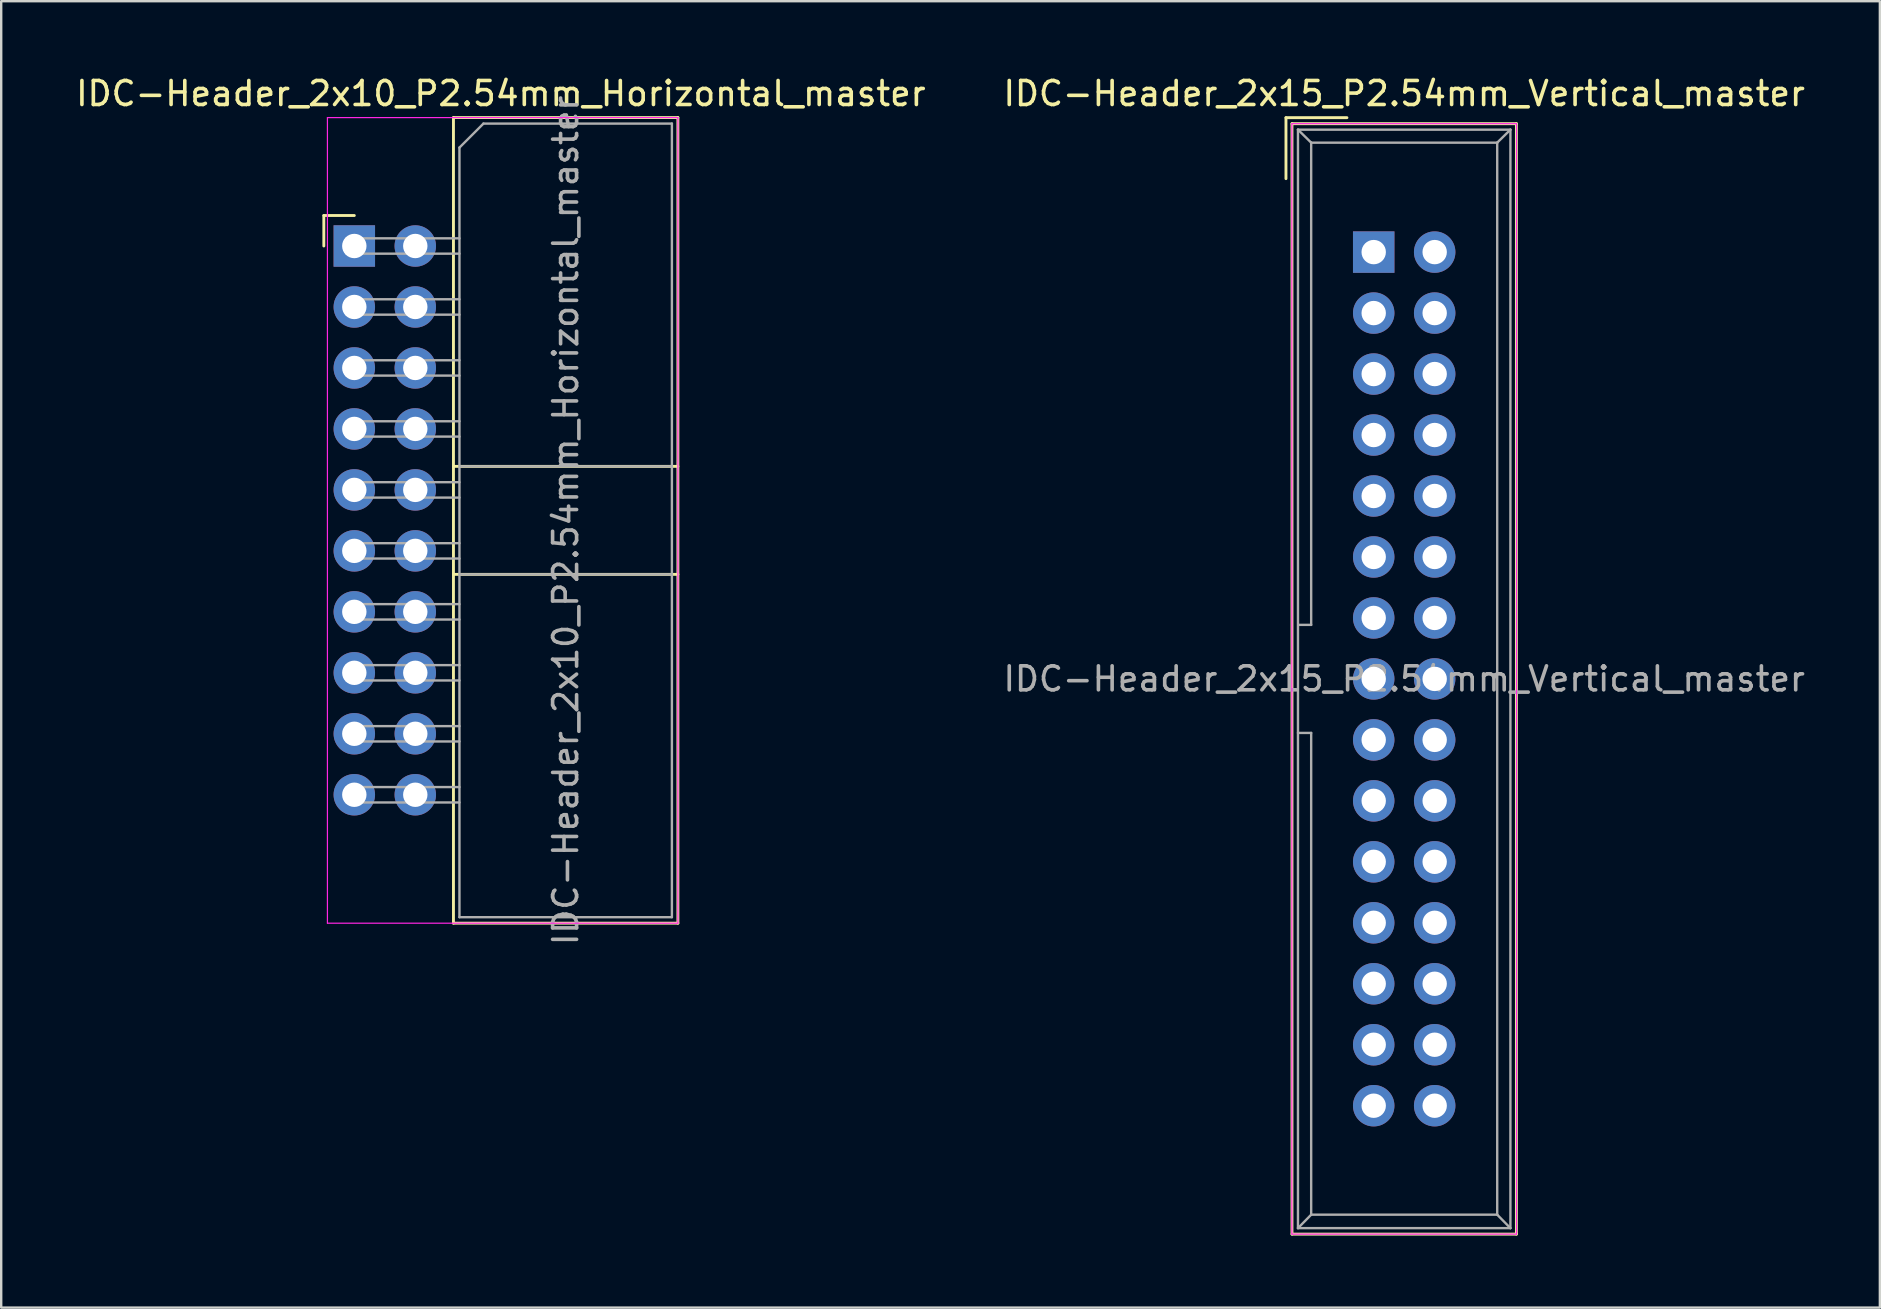
<source format=kicad_pcb>
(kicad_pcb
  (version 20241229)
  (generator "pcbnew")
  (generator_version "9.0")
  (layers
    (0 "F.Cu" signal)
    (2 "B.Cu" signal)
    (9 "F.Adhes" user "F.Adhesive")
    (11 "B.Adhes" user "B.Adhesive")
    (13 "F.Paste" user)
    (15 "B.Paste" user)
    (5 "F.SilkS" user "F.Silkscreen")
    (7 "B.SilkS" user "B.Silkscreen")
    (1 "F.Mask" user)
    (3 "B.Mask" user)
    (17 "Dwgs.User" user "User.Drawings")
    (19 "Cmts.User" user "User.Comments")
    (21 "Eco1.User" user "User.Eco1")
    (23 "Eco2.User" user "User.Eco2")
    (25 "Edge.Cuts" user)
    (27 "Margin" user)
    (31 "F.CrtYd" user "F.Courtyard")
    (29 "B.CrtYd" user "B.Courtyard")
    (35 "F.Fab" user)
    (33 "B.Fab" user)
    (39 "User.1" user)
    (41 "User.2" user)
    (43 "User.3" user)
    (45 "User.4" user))
  (footprint "IDC-Header_2x10_P2.54mm_Horizontal_master"
    (layer "F.Cu")
    (at 11.71 7.198)
    (property "Reference" "IDC-Header_2x10_P2.54mm_Horizontal_master" (at 6.105 -6.35 0) (layer "F.SilkS") (effects (font (size 1 1) (thickness 0.15))))
    (attr through_hole)
    (fp_line (start -1.27 -1.27) (end -1.27 0) (stroke (width 0.12) (type solid)) (layer "F.SilkS"))
    (fp_line (start 0 -1.27) (end -1.27 -1.27) (stroke (width 0.12) (type solid)) (layer "F.SilkS"))
    (fp_line (start 4.13 -5.35) (end 13.48 -5.35) (stroke (width 0.12) (type solid)) (layer "F.SilkS"))
    (fp_line (start 4.13 9.18) (end 13.48 9.18) (stroke (width 0.12) (type solid)) (layer "F.SilkS"))
    (fp_line (start 4.13 13.68) (end 13.48 13.68) (stroke (width 0.12) (type solid)) (layer "F.SilkS"))
    (fp_line (start 4.13 28.21) (end 4.13 -5.35) (stroke (width 0.12) (type solid)) (layer "F.SilkS"))
    (fp_line (start 4.13 28.21) (end 13.48 28.21) (stroke (width 0.12) (type solid)) (layer "F.SilkS"))
    (fp_line (start 13.48 -5.35) (end 13.48 28.21) (stroke (width 0.12) (type solid)) (layer "F.SilkS"))
    (fp_line (start -1.12 -5.35) (end 13.48 -5.35) (stroke (width 0.05) (type solid)) (layer "F.CrtYd"))
    (fp_line (start -1.12 28.21) (end -1.12 -5.35) (stroke (width 0.05) (type solid)) (layer "F.CrtYd"))
    (fp_line (start 13.48 -5.35) (end 13.48 28.21) (stroke (width 0.05) (type solid)) (layer "F.CrtYd"))
    (fp_line (start 13.48 28.21) (end -1.12 28.21) (stroke (width 0.05) (type solid)) (layer "F.CrtYd"))
    (fp_line (start -0.32 -0.32) (end -0.32 0.32) (stroke (width 0.1) (type solid)) (layer "F.Fab"))
    (fp_line (start -0.32 0.32) (end 4.38 0.32) (stroke (width 0.1) (type solid)) (layer "F.Fab"))
    (fp_line (start -0.32 2.22) (end -0.32 2.86) (stroke (width 0.1) (type solid)) (layer "F.Fab"))
    (fp_line (start -0.32 2.86) (end 4.38 2.86) (stroke (width 0.1) (type solid)) (layer "F.Fab"))
    (fp_line (start -0.32 4.76) (end -0.32 5.4) (stroke (width 0.1) (type solid)) (layer "F.Fab"))
    (fp_line (start -0.32 5.4) (end 4.38 5.4) (stroke (width 0.1) (type solid)) (layer "F.Fab"))
    (fp_line (start -0.32 7.3) (end -0.32 7.94) (stroke (width 0.1) (type solid)) (layer "F.Fab"))
    (fp_line (start -0.32 7.94) (end 4.38 7.94) (stroke (width 0.1) (type solid)) (layer "F.Fab"))
    (fp_line (start -0.32 9.84) (end -0.32 10.48) (stroke (width 0.1) (type solid)) (layer "F.Fab"))
    (fp_line (start -0.32 10.48) (end 4.38 10.48) (stroke (width 0.1) (type solid)) (layer "F.Fab"))
    (fp_line (start -0.32 12.38) (end -0.32 13.02) (stroke (width 0.1) (type solid)) (layer "F.Fab"))
    (fp_line (start -0.32 13.02) (end 4.38 13.02) (stroke (width 0.1) (type solid)) (layer "F.Fab"))
    (fp_line (start -0.32 14.92) (end -0.32 15.56) (stroke (width 0.1) (type solid)) (layer "F.Fab"))
    (fp_line (start -0.32 15.56) (end 4.38 15.56) (stroke (width 0.1) (type solid)) (layer "F.Fab"))
    (fp_line (start -0.32 17.46) (end -0.32 18.1) (stroke (width 0.1) (type solid)) (layer "F.Fab"))
    (fp_line (start -0.32 18.1) (end 4.38 18.1) (stroke (width 0.1) (type solid)) (layer "F.Fab"))
    (fp_line (start -0.32 20) (end -0.32 20.64) (stroke (width 0.1) (type solid)) (layer "F.Fab"))
    (fp_line (start -0.32 20.64) (end 4.38 20.64) (stroke (width 0.1) (type solid)) (layer "F.Fab"))
    (fp_line (start -0.32 22.54) (end -0.32 23.18) (stroke (width 0.1) (type solid)) (layer "F.Fab"))
    (fp_line (start -0.32 23.18) (end 4.38 23.18) (stroke (width 0.1) (type solid)) (layer "F.Fab"))
    (fp_line (start 4.38 -4.1) (end 5.38 -5.1) (stroke (width 0.1) (type solid)) (layer "F.Fab"))
    (fp_line (start 4.38 -0.32) (end -0.32 -0.32) (stroke (width 0.1) (type solid)) (layer "F.Fab"))
    (fp_line (start 4.38 2.22) (end -0.32 2.22) (stroke (width 0.1) (type solid)) (layer "F.Fab"))
    (fp_line (start 4.38 4.76) (end -0.32 4.76) (stroke (width 0.1) (type solid)) (layer "F.Fab"))
    (fp_line (start 4.38 7.3) (end -0.32 7.3) (stroke (width 0.1) (type solid)) (layer "F.Fab"))
    (fp_line (start 4.38 9.18) (end 13.23 9.18) (stroke (width 0.1) (type solid)) (layer "F.Fab"))
    (fp_line (start 4.38 9.84) (end -0.32 9.84) (stroke (width 0.1) (type solid)) (layer "F.Fab"))
    (fp_line (start 4.38 12.38) (end -0.32 12.38) (stroke (width 0.1) (type solid)) (layer "F.Fab"))
    (fp_line (start 4.38 13.68) (end 13.23 13.68) (stroke (width 0.1) (type solid)) (layer "F.Fab"))
    (fp_line (start 4.38 14.92) (end -0.32 14.92) (stroke (width 0.1) (type solid)) (layer "F.Fab"))
    (fp_line (start 4.38 17.46) (end -0.32 17.46) (stroke (width 0.1) (type solid)) (layer "F.Fab"))
    (fp_line (start 4.38 20) (end -0.32 20) (stroke (width 0.1) (type solid)) (layer "F.Fab"))
    (fp_line (start 4.38 22.54) (end -0.32 22.54) (stroke (width 0.1) (type solid)) (layer "F.Fab"))
    (fp_line (start 4.38 27.96) (end 4.38 -4.1) (stroke (width 0.1) (type solid)) (layer "F.Fab"))
    (fp_line (start 4.38 27.96) (end 13.23 27.96) (stroke (width 0.1) (type solid)) (layer "F.Fab"))
    (fp_line (start 5.38 -5.1) (end 13.23 -5.1) (stroke (width 0.1) (type solid)) (layer "F.Fab"))
    (fp_line (start 13.23 27.96) (end 13.23 -5.1) (stroke (width 0.1) (type solid)) (layer "F.Fab"))
    (fp_text user "${REFERENCE}" (at 8.805 11.43 90) (layer "F.Fab") (effects (font (size 1 1) (thickness 0.15))))
    (pad "1" thru_hole rect (at 0 0) (size 1.727 1.727) (drill 1.016) (layers "*.Cu" "*.Mask"))
    (pad "2" thru_hole oval (at 2.54 0) (size 1.727 1.727) (drill 1.016) (layers "*.Cu" "*.Mask"))
    (pad "3" thru_hole oval (at 0 2.54) (size 1.727 1.727) (drill 1.016) (layers "*.Cu" "*.Mask"))
    (pad "4" thru_hole oval (at 2.54 2.54) (size 1.727 1.727) (drill 1.016) (layers "*.Cu" "*.Mask"))
    (pad "5" thru_hole oval (at 0 5.08) (size 1.727 1.727) (drill 1.016) (layers "*.Cu" "*.Mask"))
    (pad "6" thru_hole oval (at 2.54 5.08) (size 1.727 1.727) (drill 1.016) (layers "*.Cu" "*.Mask"))
    (pad "7" thru_hole oval (at 0 7.62) (size 1.727 1.727) (drill 1.016) (layers "*.Cu" "*.Mask"))
    (pad "8" thru_hole oval (at 2.54 7.62) (size 1.727 1.727) (drill 1.016) (layers "*.Cu" "*.Mask"))
    (pad "9" thru_hole oval (at 0 10.16) (size 1.727 1.727) (drill 1.016) (layers "*.Cu" "*.Mask"))
    (pad "10" thru_hole oval (at 2.54 10.16) (size 1.727 1.727) (drill 1.016) (layers "*.Cu" "*.Mask"))
    (pad "11" thru_hole oval (at 0 12.7) (size 1.727 1.727) (drill 1.016) (layers "*.Cu" "*.Mask"))
    (pad "12" thru_hole oval (at 2.54 12.7) (size 1.727 1.727) (drill 1.016) (layers "*.Cu" "*.Mask"))
    (pad "13" thru_hole oval (at 0 15.24) (size 1.727 1.727) (drill 1.016) (layers "*.Cu" "*.Mask"))
    (pad "14" thru_hole oval (at 2.54 15.24) (size 1.727 1.727) (drill 1.016) (layers "*.Cu" "*.Mask"))
    (pad "15" thru_hole oval (at 0 17.78) (size 1.727 1.727) (drill 1.016) (layers "*.Cu" "*.Mask"))
    (pad "16" thru_hole oval (at 2.54 17.78) (size 1.727 1.727) (drill 1.016) (layers "*.Cu" "*.Mask"))
    (pad "17" thru_hole oval (at 0 20.32) (size 1.727 1.727) (drill 1.016) (layers "*.Cu" "*.Mask"))
    (pad "18" thru_hole oval (at 2.54 20.32) (size 1.727 1.727) (drill 1.016) (layers "*.Cu" "*.Mask"))
    (pad "19" thru_hole oval (at 0 22.86) (size 1.727 1.727) (drill 1.016) (layers "*.Cu" "*.Mask"))
    (pad "20" thru_hole oval (at 2.54 22.86) (size 1.727 1.727) (drill 1.016) (layers "*.Cu" "*.Mask")))
  (footprint "IDC-Header_2x15_P2.54mm_Vertical_master"
    (layer "F.Cu")
    (at 54.176 7.452)
    (property "Reference" "IDC-Header_2x15_P2.54mm_Vertical_master" (at 1.27 -6.604 0) (layer "F.SilkS") (effects (font (size 1 1) (thickness 0.15))))
    (attr through_hole)
    (fp_line (start -3.655 -5.6) (end -3.655 -3.06) (stroke (width 0.12) (type solid)) (layer "F.SilkS"))
    (fp_line (start -3.655 -5.6) (end -1.115 -5.6) (stroke (width 0.12) (type solid)) (layer "F.SilkS"))
    (fp_line (start -3.405 -5.35) (end 5.945 -5.35) (stroke (width 0.12) (type solid)) (layer "F.SilkS"))
    (fp_line (start -3.405 40.91) (end -3.405 -5.35) (stroke (width 0.12) (type solid)) (layer "F.SilkS"))
    (fp_line (start 5.945 -5.35) (end 5.945 40.91) (stroke (width 0.12) (type solid)) (layer "F.SilkS"))
    (fp_line (start 5.945 40.91) (end -3.405 40.91) (stroke (width 0.12) (type solid)) (layer "F.SilkS"))
    (fp_line (start -3.41 -5.35) (end 5.95 -5.35) (stroke (width 0.05) (type solid)) (layer "F.CrtYd"))
    (fp_line (start -3.41 40.91) (end -3.41 -5.35) (stroke (width 0.05) (type solid)) (layer "F.CrtYd"))
    (fp_line (start 5.95 -5.35) (end 5.95 40.91) (stroke (width 0.05) (type solid)) (layer "F.CrtYd"))
    (fp_line (start 5.95 40.91) (end -3.41 40.91) (stroke (width 0.05) (type solid)) (layer "F.CrtYd"))
    (fp_line (start -3.155 -5.1) (end -3.155 40.66) (stroke (width 0.1) (type solid)) (layer "F.Fab"))
    (fp_line (start -3.155 -5.1) (end -2.605 -4.56) (stroke (width 0.1) (type solid)) (layer "F.Fab"))
    (fp_line (start -3.155 40.66) (end -2.605 40.1) (stroke (width 0.1) (type solid)) (layer "F.Fab"))
    (fp_line (start -2.605 -4.56) (end -2.605 15.53) (stroke (width 0.1) (type solid)) (layer "F.Fab"))
    (fp_line (start -2.605 15.53) (end -3.145 15.53) (stroke (width 0.1) (type solid)) (layer "F.Fab"))
    (fp_line (start -2.605 20.03) (end -3.155 20.03) (stroke (width 0.1) (type solid)) (layer "F.Fab"))
    (fp_line (start -2.605 20.03) (end -2.605 40.1) (stroke (width 0.1) (type solid)) (layer "F.Fab"))
    (fp_line (start 5.145 -4.56) (end -2.605 -4.56) (stroke (width 0.1) (type solid)) (layer "F.Fab"))
    (fp_line (start 5.145 -4.56) (end 5.145 40.1) (stroke (width 0.1) (type solid)) (layer "F.Fab"))
    (fp_line (start 5.145 40.1) (end -2.605 40.1) (stroke (width 0.1) (type solid)) (layer "F.Fab"))
    (fp_line (start 5.695 -5.1) (end -3.155 -5.1) (stroke (width 0.1) (type solid)) (layer "F.Fab"))
    (fp_line (start 5.695 -5.1) (end 5.145 -4.56) (stroke (width 0.1) (type solid)) (layer "F.Fab"))
    (fp_line (start 5.695 -5.1) (end 5.695 40.66) (stroke (width 0.1) (type solid)) (layer "F.Fab"))
    (fp_line (start 5.695 40.66) (end -3.155 40.66) (stroke (width 0.1) (type solid)) (layer "F.Fab"))
    (fp_line (start 5.695 40.66) (end 5.145 40.1) (stroke (width 0.1) (type solid)) (layer "F.Fab"))
    (fp_text user "${REFERENCE}" (at 1.27 17.78 0) (layer "F.Fab") (effects (font (size 1 1) (thickness 0.15))))
    (pad "1" thru_hole rect (at 0 0) (size 1.727 1.727) (drill 1.016) (layers "*.Cu" "*.Mask"))
    (pad "2" thru_hole oval (at 2.54 0) (size 1.727 1.727) (drill 1.016) (layers "*.Cu" "*.Mask"))
    (pad "3" thru_hole oval (at 0 2.54) (size 1.727 1.727) (drill 1.016) (layers "*.Cu" "*.Mask"))
    (pad "4" thru_hole oval (at 2.54 2.54) (size 1.727 1.727) (drill 1.016) (layers "*.Cu" "*.Mask"))
    (pad "5" thru_hole oval (at 0 5.08) (size 1.727 1.727) (drill 1.016) (layers "*.Cu" "*.Mask"))
    (pad "6" thru_hole oval (at 2.54 5.08) (size 1.727 1.727) (drill 1.016) (layers "*.Cu" "*.Mask"))
    (pad "7" thru_hole oval (at 0 7.62) (size 1.727 1.727) (drill 1.016) (layers "*.Cu" "*.Mask"))
    (pad "8" thru_hole oval (at 2.54 7.62) (size 1.727 1.727) (drill 1.016) (layers "*.Cu" "*.Mask"))
    (pad "9" thru_hole oval (at 0 10.16) (size 1.727 1.727) (drill 1.016) (layers "*.Cu" "*.Mask"))
    (pad "10" thru_hole oval (at 2.54 10.16) (size 1.727 1.727) (drill 1.016) (layers "*.Cu" "*.Mask"))
    (pad "11" thru_hole oval (at 0 12.7) (size 1.727 1.727) (drill 1.016) (layers "*.Cu" "*.Mask"))
    (pad "12" thru_hole oval (at 2.54 12.7) (size 1.727 1.727) (drill 1.016) (layers "*.Cu" "*.Mask"))
    (pad "13" thru_hole oval (at 0 15.24) (size 1.727 1.727) (drill 1.016) (layers "*.Cu" "*.Mask"))
    (pad "14" thru_hole oval (at 2.54 15.24) (size 1.727 1.727) (drill 1.016) (layers "*.Cu" "*.Mask"))
    (pad "15" thru_hole oval (at 0 17.78) (size 1.727 1.727) (drill 1.016) (layers "*.Cu" "*.Mask"))
    (pad "16" thru_hole oval (at 2.54 17.78) (size 1.727 1.727) (drill 1.016) (layers "*.Cu" "*.Mask"))
    (pad "17" thru_hole oval (at 0 20.32) (size 1.727 1.727) (drill 1.016) (layers "*.Cu" "*.Mask"))
    (pad "18" thru_hole oval (at 2.54 20.32) (size 1.727 1.727) (drill 1.016) (layers "*.Cu" "*.Mask"))
    (pad "19" thru_hole oval (at 0 22.86) (size 1.727 1.727) (drill 1.016) (layers "*.Cu" "*.Mask"))
    (pad "20" thru_hole oval (at 2.54 22.86) (size 1.727 1.727) (drill 1.016) (layers "*.Cu" "*.Mask"))
    (pad "21" thru_hole oval (at 0 25.4) (size 1.727 1.727) (drill 1.016) (layers "*.Cu" "*.Mask"))
    (pad "22" thru_hole oval (at 2.54 25.4) (size 1.727 1.727) (drill 1.016) (layers "*.Cu" "*.Mask"))
    (pad "23" thru_hole oval (at 0 27.94) (size 1.727 1.727) (drill 1.016) (layers "*.Cu" "*.Mask"))
    (pad "24" thru_hole oval (at 2.54 27.94) (size 1.727 1.727) (drill 1.016) (layers "*.Cu" "*.Mask"))
    (pad "25" thru_hole oval (at 0 30.48) (size 1.727 1.727) (drill 1.016) (layers "*.Cu" "*.Mask"))
    (pad "26" thru_hole oval (at 2.54 30.48) (size 1.727 1.727) (drill 1.016) (layers "*.Cu" "*.Mask"))
    (pad "27" thru_hole oval (at 0 33.02) (size 1.727 1.727) (drill 1.016) (layers "*.Cu" "*.Mask"))
    (pad "28" thru_hole oval (at 2.54 33.02) (size 1.727 1.727) (drill 1.016) (layers "*.Cu" "*.Mask"))
    (pad "29" thru_hole oval (at 0 35.56) (size 1.727 1.727) (drill 1.016) (layers "*.Cu" "*.Mask"))
    (pad "30" thru_hole oval (at 2.54 35.56) (size 1.727 1.727) (drill 1.016) (layers "*.Cu" "*.Mask")))
  (gr_rect
    (start -3 -3)
    (end 75.262 51.422)
    (stroke (width 0.1) (type default))
    (fill no)
    (layer "Edge.Cuts")))
</source>
